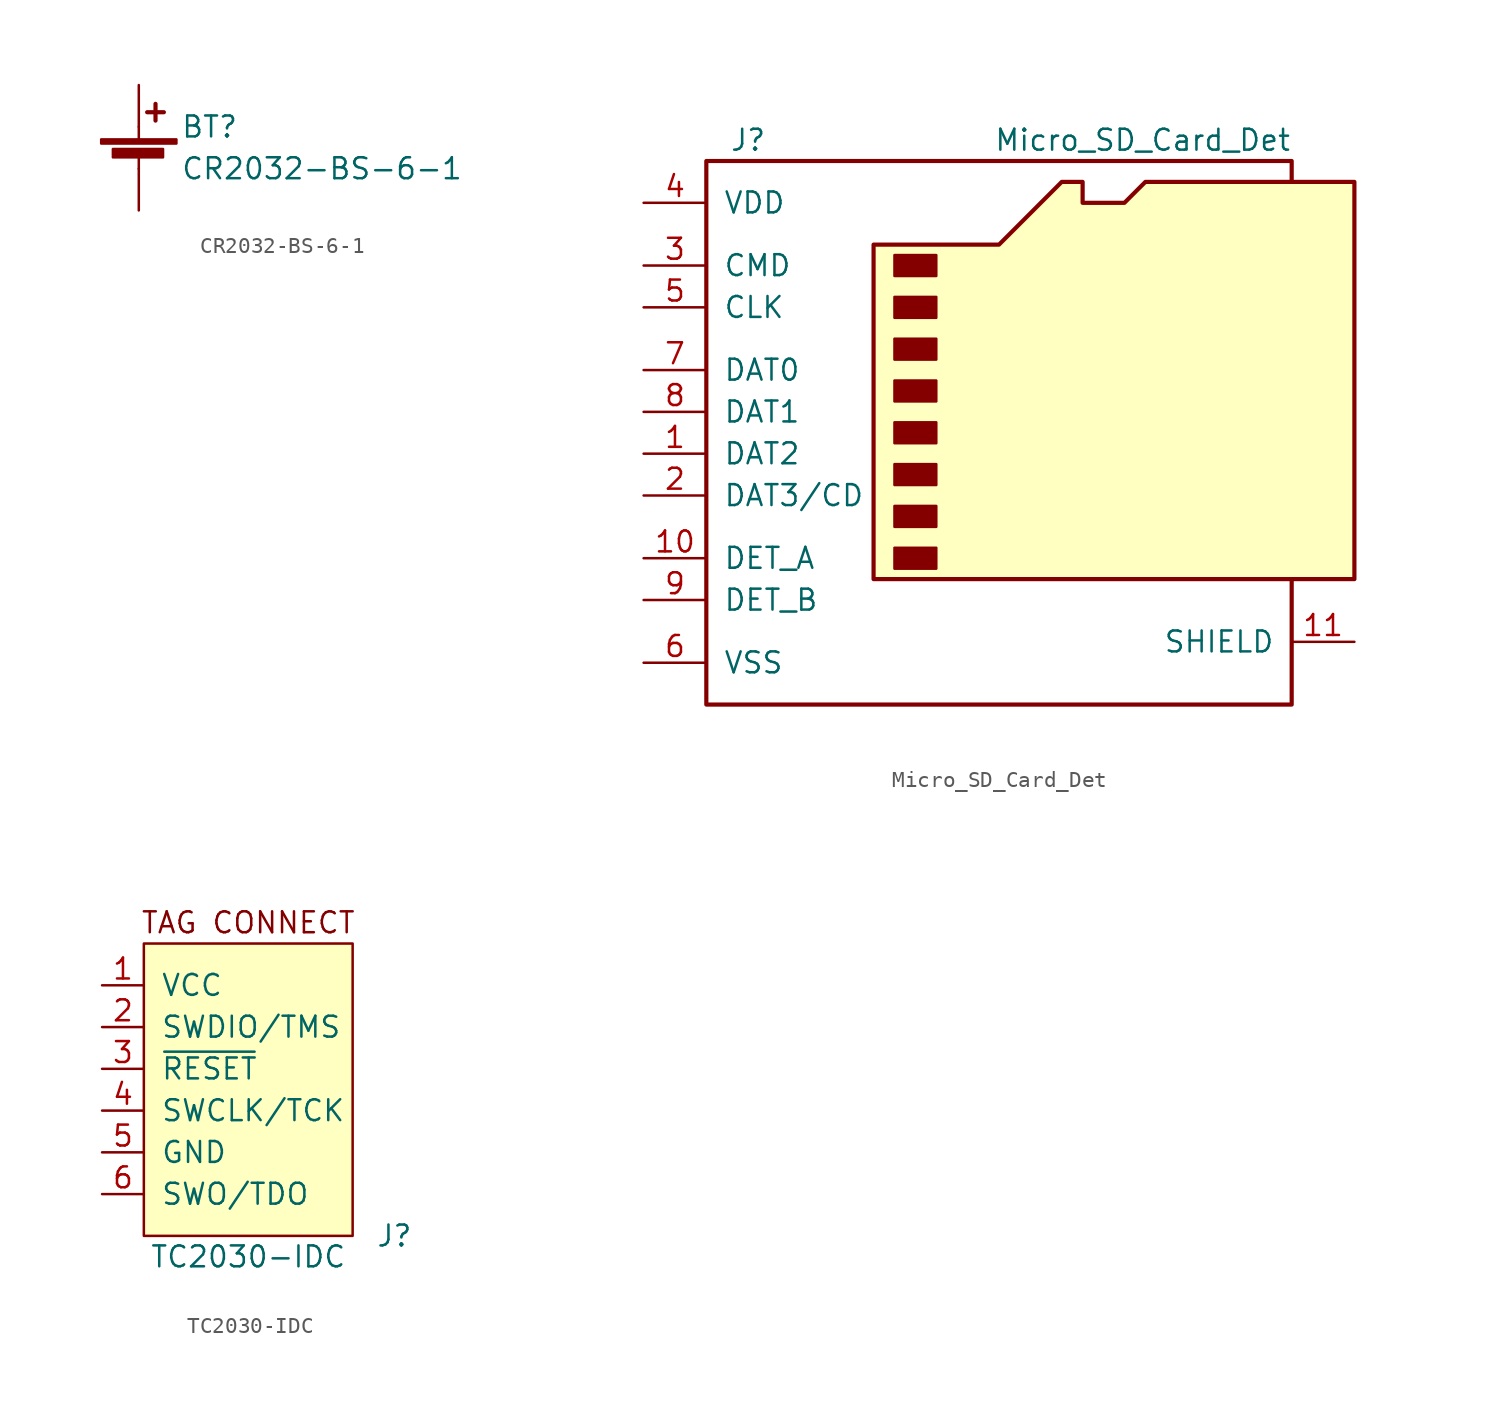
<source format=kicad_sym>
(kicad_symbol_lib
  (version 20211014)
  (generator kicad_symbol_editor)
  (symbol "CR2032-BS-6-1"
    (pin_numbers hide)
    (pin_names
      (offset 0) hide)
    (property "Reference" "BT"
      (at 2.54 2.54 0)
      (effects (font (size 1.27 1.27)) (justify left)))
    (property "Value" "CR2032-BS-6-1"
      (at 2.54 0 0)
      (effects (font (size 1.27 1.27)) (justify left)))
    (symbol "CR2032-BS-6-1_0_1"
      (rectangle (start -2.286 1.778) (end 2.286 1.524) (stroke (width 0) (type default) (color 0 0 0 0)) (fill (type outline)))
      (rectangle (start -1.575 1.194) (end 1.473 0.686) (stroke (width 0) (type default) (color 0 0 0 0)) (fill (type outline)))
      (polyline (pts (xy 0 0.762) (xy 0 0)) (stroke (width 0) (type default) (color 0 0 0 0)) (fill (type none)))
      (polyline (pts (xy 0 1.778) (xy 0 2.54)) (stroke (width 0) (type default) (color 0 0 0 0)) (fill (type none)))
      (polyline (pts (xy 0.508 3.429) (xy 1.524 3.429)) (stroke (width 0.254) (type default) (color 0 0 0 0)) (fill (type none)))
      (polyline (pts (xy 1.016 3.937) (xy 1.016 2.921)) (stroke (width 0.254) (type default) (color 0 0 0 0)) (fill (type none))))
    (symbol "CR2032-BS-6-1_1_1"
      (pin power_out line (at 0 5.08 270) (length 2.54) (name "+" (effects (font (size 1.27 1.27)))) (number "1" (effects (font (size 1.27 1.27)))))
      (pin power_in line (at 0 -2.54 90) (length 2.54) (name "-" (effects (font (size 1.27 1.27)))) (number "2" (effects (font (size 1.27 1.27)))))))
  (symbol "Micro_SD_Card_Det"
    (pin_names
      (offset 1.016))
    (property "Reference" "J"
      (at -16.51 17.78 0)
      (effects (font (size 1.27 1.27))))
    (property "Value" "Micro_SD_Card_Det"
      (at 16.51 17.78 0)
      (effects (font (size 1.27 1.27)) (justify right)))
    (symbol "Micro_SD_Card_Det_0_1"
      (rectangle (start -7.62 -6.985) (end -5.08 -8.255) (stroke (width 0) (type default) (color 0 0 0 0)) (fill (type outline)))
      (rectangle (start -7.62 -4.445) (end -5.08 -5.715) (stroke (width 0) (type default) (color 0 0 0 0)) (fill (type outline)))
      (rectangle (start -7.62 -1.905) (end -5.08 -3.175) (stroke (width 0) (type default) (color 0 0 0 0)) (fill (type outline)))
      (rectangle (start -7.62 0.635) (end -5.08 -0.635) (stroke (width 0) (type default) (color 0 0 0 0)) (fill (type outline)))
      (rectangle (start -7.62 3.175) (end -5.08 1.905) (stroke (width 0) (type default) (color 0 0 0 0)) (fill (type outline)))
      (rectangle (start -7.62 5.715) (end -5.08 4.445) (stroke (width 0) (type default) (color 0 0 0 0)) (fill (type outline)))
      (rectangle (start -7.62 8.255) (end -5.08 6.985) (stroke (width 0) (type default) (color 0 0 0 0)) (fill (type outline)))
      (rectangle (start -7.62 10.795) (end -5.08 9.525) (stroke (width 0) (type default) (color 0 0 0 0)) (fill (type outline)))
      (polyline (pts (xy 16.51 15.24) (xy 16.51 16.51) (xy -19.05 16.51) (xy -19.05 -16.51) (xy 16.51 -16.51) (xy 16.51 -8.89)) (stroke (width 0.254) (type default) (color 0 0 0 0)) (fill (type none)))
      (polyline (pts (xy -8.89 -8.89) (xy -8.89 11.43) (xy -1.27 11.43) (xy 2.54 15.24) (xy 3.81 15.24) (xy 3.81 13.97) (xy 6.35 13.97) (xy 7.62 15.24) (xy 20.32 15.24) (xy 20.32 -8.89) (xy -8.89 -8.89)) (stroke (width 0.254) (type default) (color 0 0 0 0)) (fill (type background))))
    (symbol "Micro_SD_Card_Det_1_1"
      (pin bidirectional line (at -22.86 -1.27 0) (length 3.81) (name "DAT2" (effects (font (size 1.27 1.27)))) (number "1" (effects (font (size 1.27 1.27)))))
      (pin passive line (at -22.86 -7.62 0) (length 3.81) (name "DET_A" (effects (font (size 1.27 1.27)))) (number "10" (effects (font (size 1.27 1.27)))))
      (pin passive line (at 20.32 -12.7 180) (length 3.81) (name "SHIELD" (effects (font (size 1.27 1.27)))) (number "11" (effects (font (size 1.27 1.27)))))
      (pin bidirectional line (at -22.86 -3.81 0) (length 3.81) (name "DAT3/CD" (effects (font (size 1.27 1.27)))) (number "2" (effects (font (size 1.27 1.27)))))
      (pin input line (at -22.86 10.16 0) (length 3.81) (name "CMD" (effects (font (size 1.27 1.27)))) (number "3" (effects (font (size 1.27 1.27)))))
      (pin power_in line (at -22.86 13.97 0) (length 3.81) (name "VDD" (effects (font (size 1.27 1.27)))) (number "4" (effects (font (size 1.27 1.27)))))
      (pin input line (at -22.86 7.62 0) (length 3.81) (name "CLK" (effects (font (size 1.27 1.27)))) (number "5" (effects (font (size 1.27 1.27)))))
      (pin power_in line (at -22.86 -13.97 0) (length 3.81) (name "VSS" (effects (font (size 1.27 1.27)))) (number "6" (effects (font (size 1.27 1.27)))))
      (pin bidirectional line (at -22.86 3.81 0) (length 3.81) (name "DAT0" (effects (font (size 1.27 1.27)))) (number "7" (effects (font (size 1.27 1.27)))))
      (pin bidirectional line (at -22.86 1.27 0) (length 3.81) (name "DAT1" (effects (font (size 1.27 1.27)))) (number "8" (effects (font (size 1.27 1.27)))))
      (pin passive line (at -22.86 -10.16 0) (length 3.81) (name "DET_B" (effects (font (size 1.27 1.27)))) (number "9" (effects (font (size 1.27 1.27)))))))
  (symbol "TC2030-IDC"
    (pin_names
      (offset 1.016))
    (property "Reference" "J"
      (at 10.16 -8.89 0)
      (effects (font (size 1.27 1.27))))
    (property "Value" "TC2030-IDC"
      (at 1.27 -10.16 0)
      (effects (font (size 1.27 1.27))))
    (symbol "TC2030-IDC_0_0"
      (text "TAG CONNECT" (at 1.27 10.16 0) (effects (font (size 1.27 1.27)))))
    (symbol "TC2030-IDC_0_1"
      (rectangle (start -5.08 -8.89) (end 7.62 8.89) (stroke (width 0) (type default) (color 0 0 0 0)) (fill (type background))))
    (symbol "TC2030-IDC_1_1"
      (pin power_in line (at -7.62 6.35 0) (length 2.54) (name "VCC" (effects (font (size 1.27 1.27)))) (number "1" (effects (font (size 1.27 1.27)))))
      (pin bidirectional line (at -7.62 3.81 0) (length 2.54) (name "SWDIO/TMS" (effects (font (size 1.27 1.27)))) (number "2" (effects (font (size 1.27 1.27)))))
      (pin output line (at -7.62 1.27 0) (length 2.54) (name "~{RESET}" (effects (font (size 1.27 1.27)))) (number "3" (effects (font (size 1.27 1.27)))))
      (pin output line (at -7.62 -1.27 0) (length 2.54) (name "SWCLK/TCK" (effects (font (size 1.27 1.27)))) (number "4" (effects (font (size 1.27 1.27)))))
      (pin power_in line (at -7.62 -3.81 0) (length 2.54) (name "GND" (effects (font (size 1.27 1.27)))) (number "5" (effects (font (size 1.27 1.27)))))
      (pin input line (at -7.62 -6.35 0) (length 2.54) (name "SWO/TDO" (effects (font (size 1.27 1.27)))) (number "6" (effects (font (size 1.27 1.27))))))))
</source>
